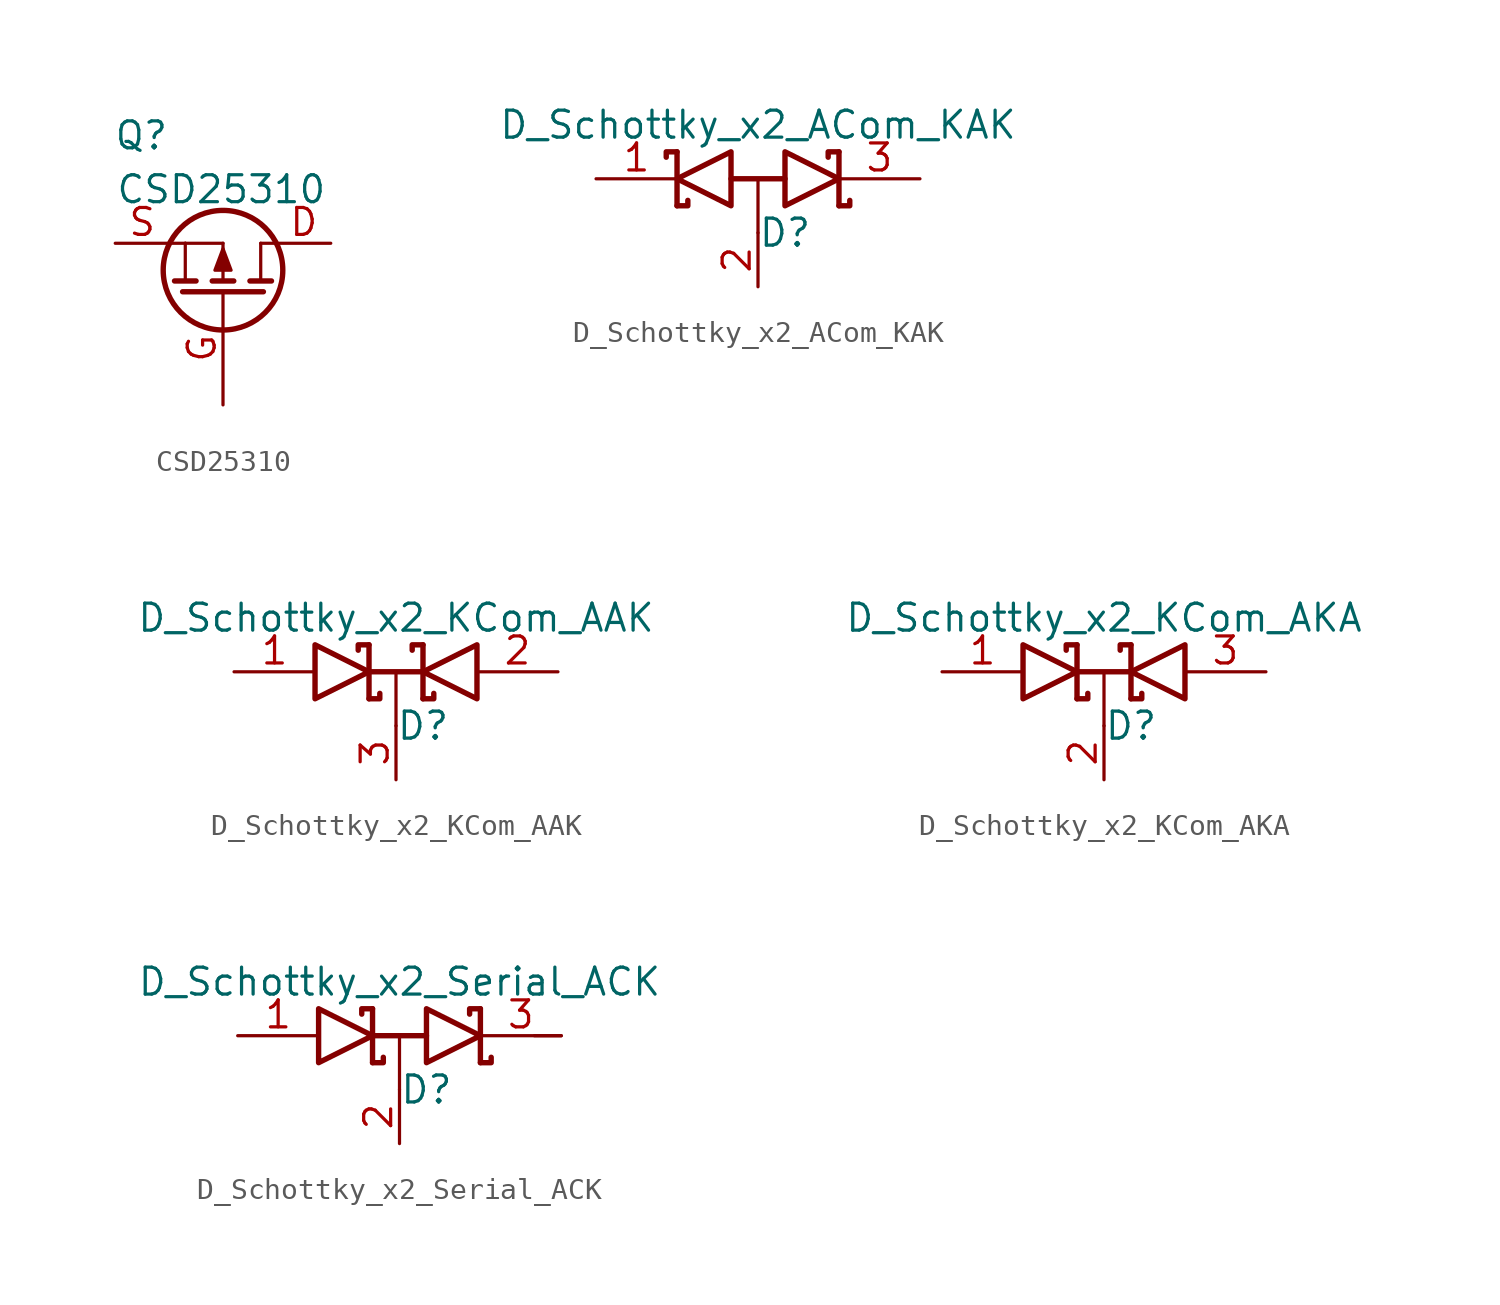
<source format=kicad_sym>
(kicad_symbol_lib
  (version 20211014)
  (generator kicad_symbol_editor)
  (symbol "CSD25310"
    (pin_names
      (offset 0) hide)
    (property "Reference" "Q"
      (at -5.08 7.62 0)
      (effects (font (size 1.27 1.27)) (justify right)))
    (property "Value" "CSD25310"
      (at -7.62 5.08 0)
      (effects (font (size 1.27 1.27)) (justify left)))
    (property "Footprint" ""
      (at 0 5.08 90)
      (effects (font (size 1.27 1.27))))
    (property "Datasheet" ""
      (at -2.54 0 90)
      (effects (font (size 1.27 1.27))))
    (symbol "CSD25310_0_1"
      (circle (center -2.54 1.27) (radius 2.819) (stroke (width 0.254) (type default) (color 0 0 0 0)) (fill (type none)))
      (polyline (pts (xy -4.318 0.762) (xy -4.318 2.54)) (stroke (width 0) (type default) (color 0 0 0 0)) (fill (type none)))
      (polyline (pts (xy -4.318 2.54) (xy -5.08 2.54)) (stroke (width 0) (type default) (color 0 0 0 0)) (fill (type none)))
      (polyline (pts (xy -4.318 2.54) (xy -2.54 2.54)) (stroke (width 0) (type default) (color 0 0 0 0)) (fill (type none)))
      (polyline (pts (xy -3.81 0.762) (xy -4.826 0.762)) (stroke (width 0.254) (type default) (color 0 0 0 0)) (fill (type none)))
      (polyline (pts (xy -2.54 0.762) (xy -2.54 2.54)) (stroke (width 0) (type default) (color 0 0 0 0)) (fill (type none)))
      (polyline (pts (xy -2.032 0.762) (xy -3.048 0.762)) (stroke (width 0.254) (type default) (color 0 0 0 0)) (fill (type none)))
      (polyline (pts (xy -0.762 0.762) (xy -0.762 2.54)) (stroke (width 0) (type default) (color 0 0 0 0)) (fill (type none)))
      (polyline (pts (xy -0.254 0.762) (xy -1.27 0.762)) (stroke (width 0.254) (type default) (color 0 0 0 0)) (fill (type none)))
      (polyline (pts (xy 0 2.54) (xy -0.762 2.54)) (stroke (width 0) (type default) (color 0 0 0 0)) (fill (type none)))
      (polyline (pts (xy -0.635 0.254) (xy -4.445 0.254) (xy -4.445 0.254)) (stroke (width 0.254) (type default) (color 0 0 0 0)) (fill (type none)))
      (polyline (pts (xy -2.54 2.286) (xy -2.921 1.27) (xy -2.159 1.27) (xy -2.54 2.286)) (stroke (width 0) (type default) (color 0 0 0 0)) (fill (type outline))))
    (symbol "CSD25310_1_1"
      (pin passive line (at 2.54 2.54 180) (length 2.54) (name "D" (effects (font (size 1.27 1.27)))) (number "D" (effects (font (size 1.27 1.27)))))
      (pin input line (at -2.54 -5.08 90) (length 5.334) (name "G" (effects (font (size 1.27 1.27)))) (number "G" (effects (font (size 1.27 1.27)))))
      (pin passive line (at -7.62 2.54 0) (length 2.54) (name "S" (effects (font (size 1.27 1.27)))) (number "S" (effects (font (size 1.27 1.27)))))))
  (symbol "D_Schottky_x2_ACom_KAK"
    (pin_names
      (offset 0.762) hide)
    (property "Reference" "D"
      (at 1.27 -2.54 0)
      (effects (font (size 1.27 1.27))))
    (property "Value" "D_Schottky_x2_ACom_KAK"
      (at 0 2.54 0)
      (effects (font (size 1.27 1.27))))
    (property "Footprint" ""
      (at 0 0 0)
      (effects (font (size 1.27 1.27))))
    (property "Datasheet" ""
      (at 0 0 0)
      (effects (font (size 1.27 1.27))))
    (symbol "D_Schottky_x2_ACom_KAK_0_1"
      (polyline (pts (xy 0 0) (xy 0 -2.54)) (stroke (width 0) (type default) (color 0 0 0 0)) (fill (type none)))
      (polyline (pts (xy -3.81 1.27) (xy -3.81 -1.27) (xy -3.81 -1.27)) (stroke (width 0.254) (type default) (color 0 0 0 0)) (fill (type none)))
      (polyline (pts (xy -1.27 0) (xy 1.27 0) (xy 1.27 0)) (stroke (width 0.254) (type default) (color 0 0 0 0)) (fill (type none)))
      (polyline (pts (xy 3.81 1.27) (xy 3.81 -1.27) (xy 3.81 -1.27)) (stroke (width 0.254) (type default) (color 0 0 0 0)) (fill (type none)))
      (polyline (pts (xy -3.81 1.27) (xy -4.318 1.27) (xy -4.318 1.016) (xy -4.318 1.016)) (stroke (width 0.254) (type default) (color 0 0 0 0)) (fill (type none)))
      (polyline (pts (xy 3.81 -1.27) (xy 4.318 -1.27) (xy 4.318 -1.016) (xy 4.318 -1.016)) (stroke (width 0.254) (type default) (color 0 0 0 0)) (fill (type none)))
      (polyline (pts (xy 3.81 1.27) (xy 3.302 1.27) (xy 3.302 1.016) (xy 3.302 1.016)) (stroke (width 0.254) (type default) (color 0 0 0 0)) (fill (type none)))
      (polyline (pts (xy -3.302 -1.016) (xy -3.302 -1.27) (xy -3.81 -1.27) (xy -3.81 -1.27) (xy -3.81 -1.27)) (stroke (width 0.254) (type default) (color 0 0 0 0)) (fill (type none)))
      (polyline (pts (xy -1.27 -1.27) (xy -3.81 0) (xy -1.27 1.27) (xy -1.27 -1.27) (xy -1.27 -1.27) (xy -1.27 -1.27)) (stroke (width 0.254) (type default) (color 0 0 0 0)) (fill (type none)))
      (polyline (pts (xy 1.27 1.27) (xy 3.81 0) (xy 1.27 -1.27) (xy 1.27 1.27) (xy 1.27 1.27) (xy 1.27 1.27)) (stroke (width 0.254) (type default) (color 0 0 0 0)) (fill (type none)))
      (pin passive line (at -7.62 0 0) (length 3.81) (name "K" (effects (font (size 1.27 1.27)))) (number "1" (effects (font (size 1.27 1.27)))))
      (pin passive line (at 0 -5.08 90) (length 2.54) (name "A" (effects (font (size 1.27 1.27)))) (number "2" (effects (font (size 1.27 1.27)))))
      (pin passive line (at 7.62 0 180) (length 3.81) (name "K" (effects (font (size 1.27 1.27)))) (number "3" (effects (font (size 1.27 1.27)))))))
  (symbol "D_Schottky_x2_KCom_AAK"
    (pin_names
      (offset 0.762) hide)
    (property "Reference" "D"
      (at 1.27 -2.54 0)
      (effects (font (size 1.27 1.27))))
    (property "Value" "D_Schottky_x2_KCom_AAK"
      (at 0 2.54 0)
      (effects (font (size 1.27 1.27))))
    (property "Footprint" ""
      (at 0 0 0)
      (effects (font (size 1.27 1.27))))
    (property "Datasheet" ""
      (at 0 0 0)
      (effects (font (size 1.27 1.27))))
    (symbol "D_Schottky_x2_KCom_AAK_0_1"
      (polyline (pts (xy 0 0) (xy 0 -2.54)) (stroke (width 0) (type default) (color 0 0 0 0)) (fill (type none)))
      (polyline (pts (xy -1.27 -1.27) (xy -1.27 1.27) (xy -1.27 1.27)) (stroke (width 0.254) (type default) (color 0 0 0 0)) (fill (type none)))
      (polyline (pts (xy -1.27 0) (xy 1.27 0) (xy 1.27 0)) (stroke (width 0.254) (type default) (color 0 0 0 0)) (fill (type none)))
      (polyline (pts (xy 1.27 -1.27) (xy 1.27 1.27) (xy 1.27 1.27)) (stroke (width 0.254) (type default) (color 0 0 0 0)) (fill (type none)))
      (polyline (pts (xy -1.27 -1.27) (xy -0.762 -1.27) (xy -0.762 -1.016) (xy -0.762 -1.016)) (stroke (width 0.254) (type default) (color 0 0 0 0)) (fill (type none)))
      (polyline (pts (xy 1.27 -1.27) (xy 1.778 -1.27) (xy 1.778 -1.016) (xy 1.778 -1.016)) (stroke (width 0.254) (type default) (color 0 0 0 0)) (fill (type none)))
      (polyline (pts (xy 1.27 1.27) (xy 0.762 1.27) (xy 0.762 1.016) (xy 0.762 1.016)) (stroke (width 0.254) (type default) (color 0 0 0 0)) (fill (type none)))
      (polyline (pts (xy -1.778 1.016) (xy -1.778 1.27) (xy -1.27 1.27) (xy -1.27 1.27) (xy -1.27 1.27)) (stroke (width 0.254) (type default) (color 0 0 0 0)) (fill (type none)))
      (polyline (pts (xy -3.81 1.27) (xy -1.27 0) (xy -3.81 -1.27) (xy -3.81 1.27) (xy -3.81 1.27) (xy -3.81 1.27)) (stroke (width 0.254) (type default) (color 0 0 0 0)) (fill (type none)))
      (polyline (pts (xy 3.81 -1.27) (xy 1.27 0) (xy 3.81 1.27) (xy 3.81 -1.27) (xy 3.81 -1.27) (xy 3.81 -1.27)) (stroke (width 0.254) (type default) (color 0 0 0 0)) (fill (type none)))
      (pin passive line (at -7.62 0 0) (length 3.81) (name "A" (effects (font (size 1.27 1.27)))) (number "1" (effects (font (size 1.27 1.27)))))
      (pin passive line (at 7.62 0 180) (length 3.81) (name "A" (effects (font (size 1.27 1.27)))) (number "2" (effects (font (size 1.27 1.27)))))
      (pin passive line (at 0 -5.08 90) (length 2.54) (name "K" (effects (font (size 1.27 1.27)))) (number "3" (effects (font (size 1.27 1.27)))))))
  (symbol "D_Schottky_x2_KCom_AKA"
    (pin_names
      (offset 0.762) hide)
    (property "Reference" "D"
      (at 1.27 -2.54 0)
      (effects (font (size 1.27 1.27))))
    (property "Value" "D_Schottky_x2_KCom_AKA"
      (at 0 2.54 0)
      (effects (font (size 1.27 1.27))))
    (property "Footprint" ""
      (at 0 0 0)
      (effects (font (size 1.27 1.27))))
    (property "Datasheet" ""
      (at 0 0 0)
      (effects (font (size 1.27 1.27))))
    (symbol "D_Schottky_x2_KCom_AKA_0_1"
      (polyline (pts (xy 0 0) (xy 0 -2.54)) (stroke (width 0) (type default) (color 0 0 0 0)) (fill (type none)))
      (polyline (pts (xy -1.27 -1.27) (xy -1.27 1.27) (xy -1.27 1.27)) (stroke (width 0.254) (type default) (color 0 0 0 0)) (fill (type none)))
      (polyline (pts (xy -1.27 0) (xy 1.27 0) (xy 1.27 0)) (stroke (width 0.254) (type default) (color 0 0 0 0)) (fill (type none)))
      (polyline (pts (xy 1.27 -1.27) (xy 1.27 1.27) (xy 1.27 1.27)) (stroke (width 0.254) (type default) (color 0 0 0 0)) (fill (type none)))
      (polyline (pts (xy -1.27 -1.27) (xy -0.762 -1.27) (xy -0.762 -1.016) (xy -0.762 -1.016)) (stroke (width 0.254) (type default) (color 0 0 0 0)) (fill (type none)))
      (polyline (pts (xy 1.27 -1.27) (xy 1.778 -1.27) (xy 1.778 -1.016) (xy 1.778 -1.016)) (stroke (width 0.254) (type default) (color 0 0 0 0)) (fill (type none)))
      (polyline (pts (xy 1.27 1.27) (xy 0.762 1.27) (xy 0.762 1.016) (xy 0.762 1.016)) (stroke (width 0.254) (type default) (color 0 0 0 0)) (fill (type none)))
      (polyline (pts (xy -1.778 1.016) (xy -1.778 1.27) (xy -1.27 1.27) (xy -1.27 1.27) (xy -1.27 1.27)) (stroke (width 0.254) (type default) (color 0 0 0 0)) (fill (type none)))
      (polyline (pts (xy -3.81 1.27) (xy -1.27 0) (xy -3.81 -1.27) (xy -3.81 1.27) (xy -3.81 1.27) (xy -3.81 1.27)) (stroke (width 0.254) (type default) (color 0 0 0 0)) (fill (type none)))
      (polyline (pts (xy 3.81 -1.27) (xy 1.27 0) (xy 3.81 1.27) (xy 3.81 -1.27) (xy 3.81 -1.27) (xy 3.81 -1.27)) (stroke (width 0.254) (type default) (color 0 0 0 0)) (fill (type none)))
      (pin passive line (at -7.62 0 0) (length 3.81) (name "A" (effects (font (size 1.27 1.27)))) (number "1" (effects (font (size 1.27 1.27)))))
      (pin passive line (at 0 -5.08 90) (length 2.54) (name "K" (effects (font (size 1.27 1.27)))) (number "2" (effects (font (size 1.27 1.27)))))
      (pin passive line (at 7.62 0 180) (length 3.81) (name "A" (effects (font (size 1.27 1.27)))) (number "3" (effects (font (size 1.27 1.27)))))))
  (symbol "D_Schottky_x2_Serial_ACK"
    (pin_names
      (offset 0.762) hide)
    (property "Reference" "D"
      (at 1.27 -2.54 0)
      (effects (font (size 1.27 1.27))))
    (property "Value" "D_Schottky_x2_Serial_ACK"
      (at 0 2.54 0)
      (effects (font (size 1.27 1.27))))
    (property "Footprint" ""
      (at 0 0 0)
      (effects (font (size 1.27 1.27))))
    (property "Datasheet" ""
      (at 0 0 0)
      (effects (font (size 1.27 1.27))))
    (symbol "D_Schottky_x2_Serial_ACK_0_1"
      (polyline (pts (xy 0 0) (xy 0 -2.54)) (stroke (width 0) (type default) (color 0 0 0 0)) (fill (type none)))
      (polyline (pts (xy 6.35 0) (xy 7.62 0)) (stroke (width 0) (type default) (color 0 0 0 0)) (fill (type none)))
      (polyline (pts (xy -1.27 -1.27) (xy -1.27 1.27) (xy -1.27 1.27)) (stroke (width 0.254) (type default) (color 0 0 0 0)) (fill (type none)))
      (polyline (pts (xy -1.27 0) (xy 1.27 0) (xy 1.27 0)) (stroke (width 0.254) (type default) (color 0 0 0 0)) (fill (type none)))
      (polyline (pts (xy 3.81 1.27) (xy 3.81 -1.27) (xy 3.81 -1.27)) (stroke (width 0.254) (type default) (color 0 0 0 0)) (fill (type none)))
      (polyline (pts (xy -1.27 -1.27) (xy -0.762 -1.27) (xy -0.762 -1.016) (xy -0.762 -1.016)) (stroke (width 0.254) (type default) (color 0 0 0 0)) (fill (type none)))
      (polyline (pts (xy 3.81 -1.27) (xy 4.318 -1.27) (xy 4.318 -1.016) (xy 4.318 -1.016)) (stroke (width 0.254) (type default) (color 0 0 0 0)) (fill (type none)))
      (polyline (pts (xy 3.81 1.27) (xy 3.302 1.27) (xy 3.302 1.016) (xy 3.302 1.016)) (stroke (width 0.254) (type default) (color 0 0 0 0)) (fill (type none)))
      (polyline (pts (xy -1.778 1.016) (xy -1.778 1.27) (xy -1.27 1.27) (xy -1.27 1.27) (xy -1.27 1.27)) (stroke (width 0.254) (type default) (color 0 0 0 0)) (fill (type none)))
      (polyline (pts (xy -3.81 1.27) (xy -1.27 0) (xy -3.81 -1.27) (xy -3.81 1.27) (xy -3.81 1.27) (xy -3.81 1.27)) (stroke (width 0.254) (type default) (color 0 0 0 0)) (fill (type none)))
      (polyline (pts (xy 1.27 1.27) (xy 3.81 0) (xy 1.27 -1.27) (xy 1.27 1.27) (xy 1.27 1.27) (xy 1.27 1.27)) (stroke (width 0.254) (type default) (color 0 0 0 0)) (fill (type none)))
      (pin passive line (at -7.62 0 0) (length 3.81) (name "A" (effects (font (size 1.27 1.27)))) (number "1" (effects (font (size 1.27 1.27)))))
      (pin passive line (at 0 -5.08 90) (length 2.54) (name "common" (effects (font (size 1.27 1.27)))) (number "2" (effects (font (size 1.27 1.27)))))
      (pin passive line (at 7.62 0 180) (length 3.81) (name "K" (effects (font (size 1.27 1.27)))) (number "3" (effects (font (size 1.27 1.27))))))))
</source>
